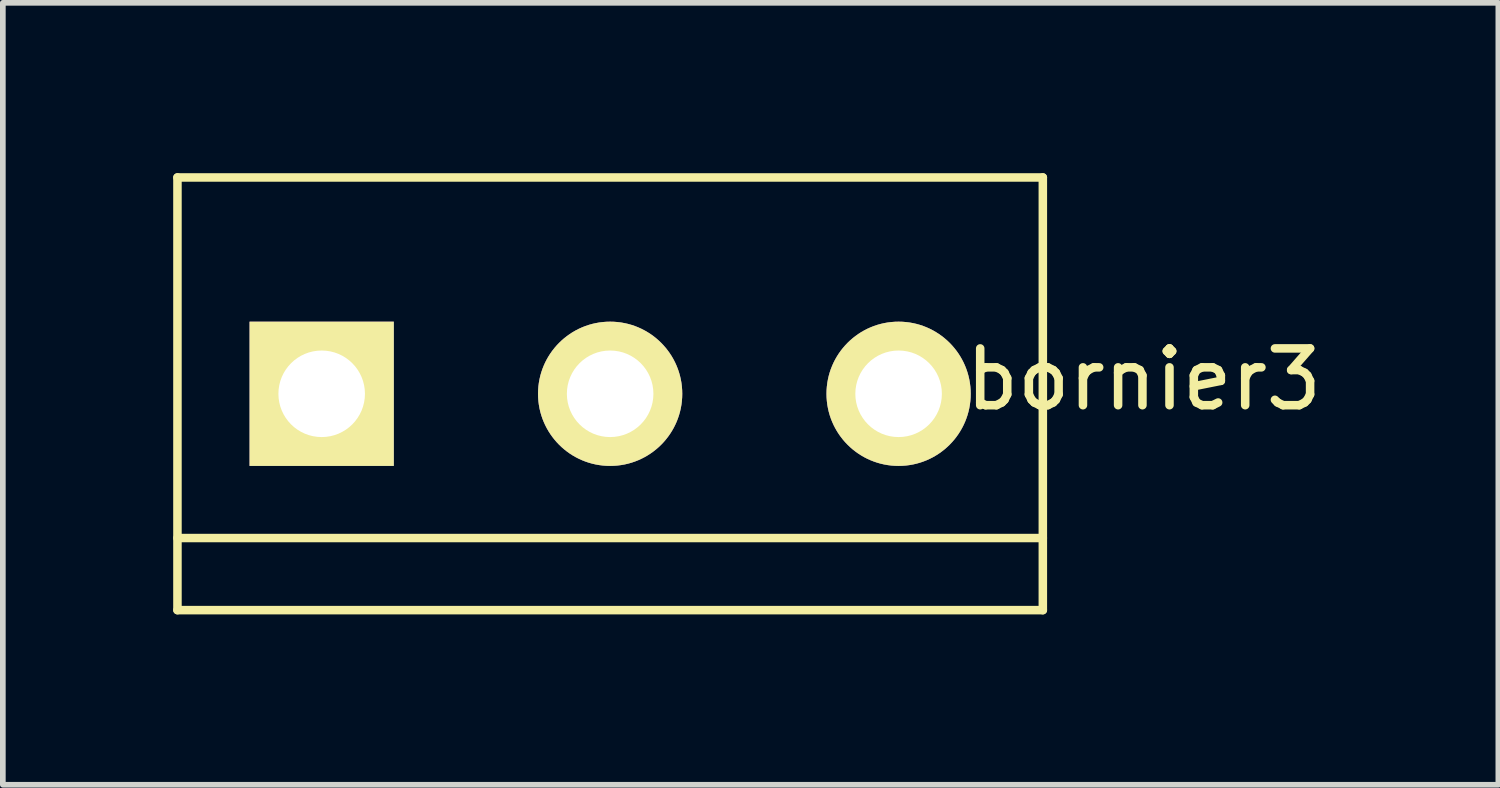
<source format=kicad_pcb>
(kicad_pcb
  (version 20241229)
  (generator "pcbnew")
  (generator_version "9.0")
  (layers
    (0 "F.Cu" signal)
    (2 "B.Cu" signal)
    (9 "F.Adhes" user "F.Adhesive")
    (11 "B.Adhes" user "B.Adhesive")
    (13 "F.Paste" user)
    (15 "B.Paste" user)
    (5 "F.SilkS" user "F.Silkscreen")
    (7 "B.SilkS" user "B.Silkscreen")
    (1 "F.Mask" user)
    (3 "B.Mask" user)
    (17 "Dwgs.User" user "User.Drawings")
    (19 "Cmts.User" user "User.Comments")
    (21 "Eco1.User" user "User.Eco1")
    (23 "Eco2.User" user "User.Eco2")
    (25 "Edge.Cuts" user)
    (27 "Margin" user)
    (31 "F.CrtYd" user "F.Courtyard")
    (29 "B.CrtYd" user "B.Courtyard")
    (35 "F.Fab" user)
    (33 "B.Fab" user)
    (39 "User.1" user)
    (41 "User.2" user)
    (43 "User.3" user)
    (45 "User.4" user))
  (footprint "bornier3"
    (layer "F.Cu")
    (at 7.695 3.885)
    (property "Reference" "bornier3" (at 9.398 -0.254 0) (layer "F.SilkS") (effects (font (size 1 1) (thickness 0.15))))
    (attr through_hole)
    (fp_line (start -7.62 -3.81) (end 7.62 -3.81) (stroke (width 0.15) (type solid)) (layer "F.SilkS"))
    (fp_line (start -7.62 2.54) (end 7.62 2.54) (stroke (width 0.15) (type solid)) (layer "F.SilkS"))
    (fp_line (start -7.62 3.81) (end -7.62 -3.81) (stroke (width 0.15) (type solid)) (layer "F.SilkS"))
    (fp_line (start -7.62 3.81) (end 7.62 3.81) (stroke (width 0.15) (type solid)) (layer "F.SilkS"))
    (fp_line (start 7.62 3.81) (end 7.62 -3.81) (stroke (width 0.15) (type solid)) (layer "F.SilkS"))
    (pad "1" thru_hole rect (at -5.08 0) (size 2.54 2.54) (drill 1.524) (layers "*.Cu" "*.Mask" "F.SilkS"))
    (pad "2" thru_hole circle (at 0 0) (size 2.54 2.54) (drill 1.524) (layers "*.Cu" "*.Mask" "F.SilkS"))
    (pad "3" thru_hole circle (at 5.08 0) (size 2.54 2.54) (drill 1.524) (layers "*.Cu" "*.Mask" "F.SilkS")))
  (gr_rect
    (start -3 -3)
    (end 23.337 10.77)
    (stroke (width 0.1) (type default))
    (fill no)
    (layer "Edge.Cuts")))
</source>
